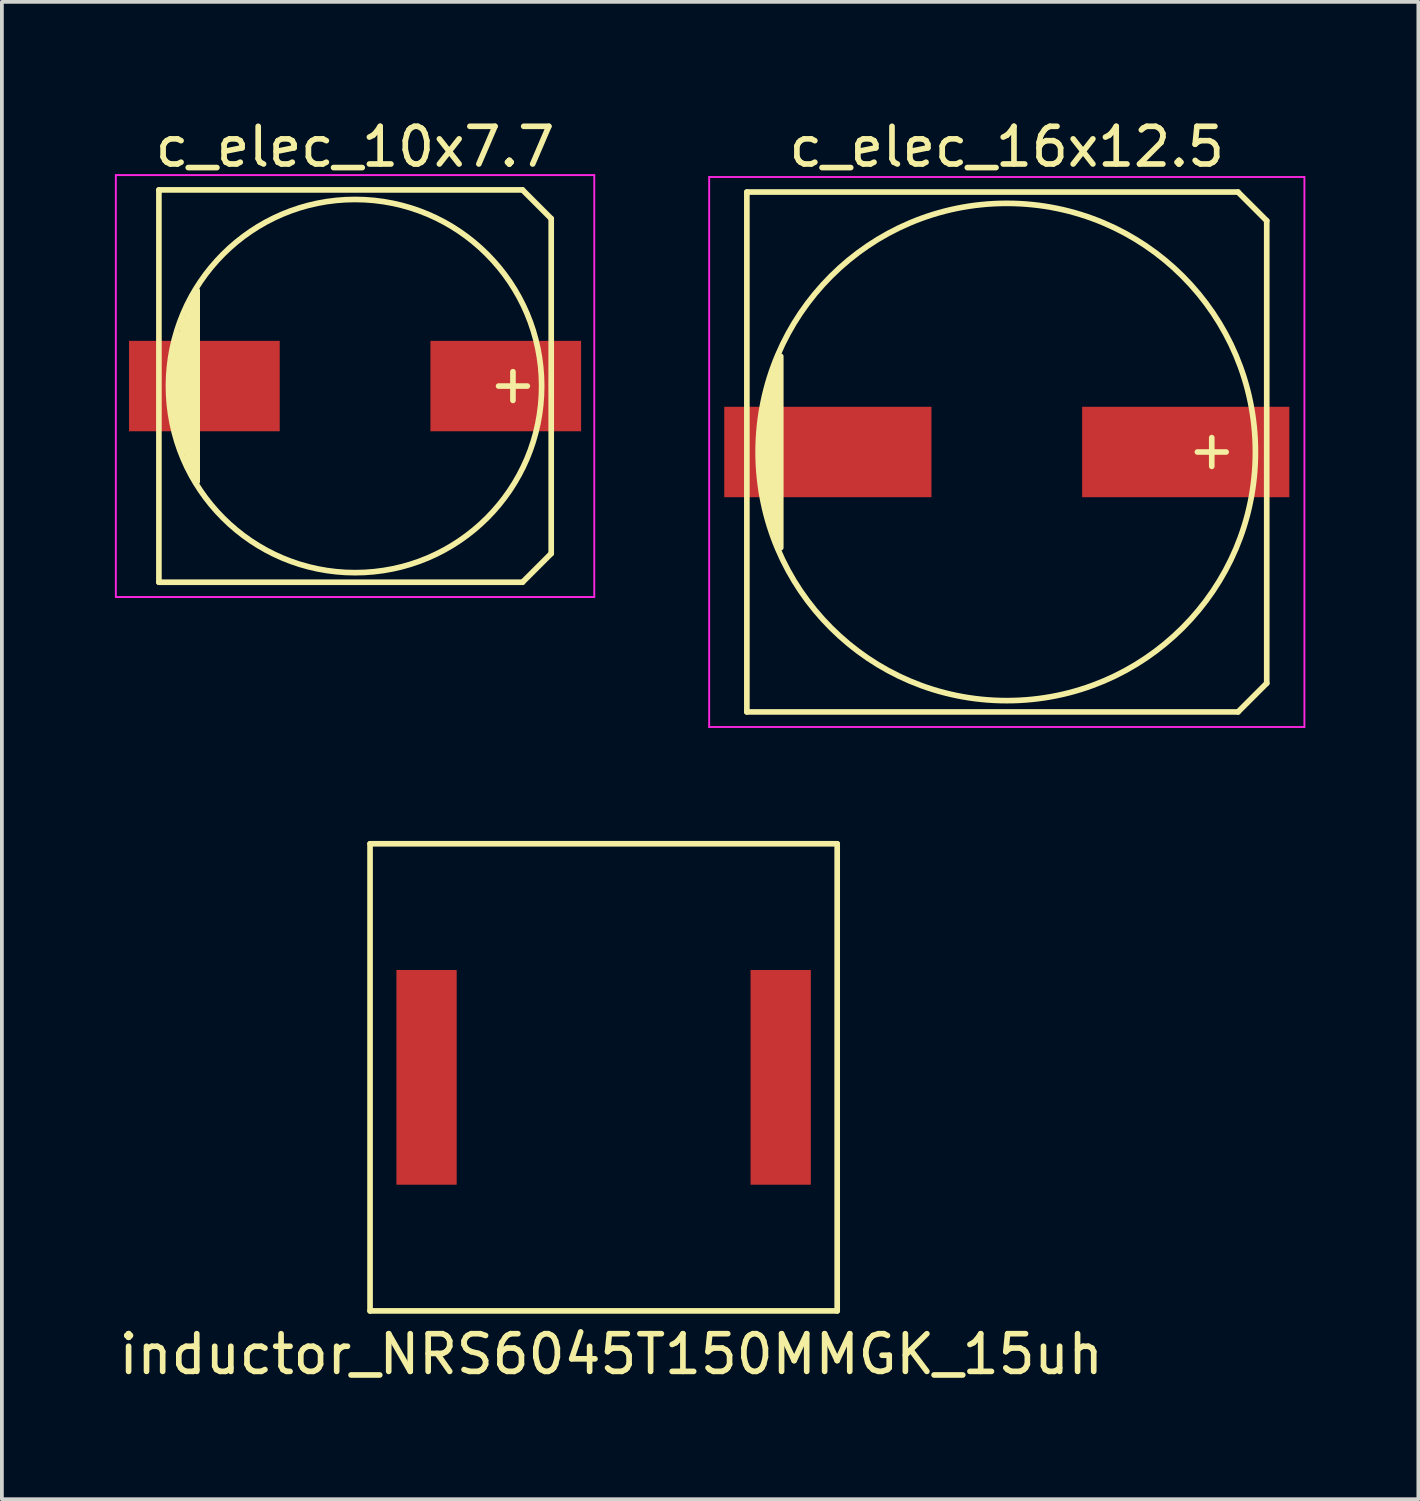
<source format=kicad_pcb>
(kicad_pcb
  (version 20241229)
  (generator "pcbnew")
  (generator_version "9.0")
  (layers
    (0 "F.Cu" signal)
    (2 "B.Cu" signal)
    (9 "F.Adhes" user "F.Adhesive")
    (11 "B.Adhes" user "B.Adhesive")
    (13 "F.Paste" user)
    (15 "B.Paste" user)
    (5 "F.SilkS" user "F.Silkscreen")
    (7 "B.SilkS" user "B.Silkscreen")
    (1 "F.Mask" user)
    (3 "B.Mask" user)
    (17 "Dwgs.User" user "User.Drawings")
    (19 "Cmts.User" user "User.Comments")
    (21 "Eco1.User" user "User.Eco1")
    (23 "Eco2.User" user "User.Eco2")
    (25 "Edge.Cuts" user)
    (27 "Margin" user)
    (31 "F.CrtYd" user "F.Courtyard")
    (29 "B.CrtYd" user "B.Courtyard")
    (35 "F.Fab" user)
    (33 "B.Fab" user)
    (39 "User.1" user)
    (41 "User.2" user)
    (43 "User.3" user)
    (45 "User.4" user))
  (footprint "c_elec_16x12.5"
    (layer "F.Cu")
    (at 23.675 8.948)
    (property "Reference" "c_elec_16x12.5" (at 0 -8.1 0) (layer "F.SilkS") (effects (font (size 1 1) (thickness 0.15))))
    (attr smd)
    (fp_line (start -6.9 -6.9) (end -6.9 6.9) (stroke (width 0.15) (type solid)) (layer "F.SilkS"))
    (fp_line (start -6.9 6.9) (end 6.138 6.9) (stroke (width 0.15) (type solid)) (layer "F.SilkS"))
    (fp_line (start -6.5 1.016) (end -6.5 -1.016) (stroke (width 0.15) (type solid)) (layer "F.SilkS"))
    (fp_line (start -6.4 -1.397) (end -6.4 1.524) (stroke (width 0.15) (type solid)) (layer "F.SilkS"))
    (fp_line (start -6.3 1.778) (end -6.3 -1.778) (stroke (width 0.15) (type solid)) (layer "F.SilkS"))
    (fp_line (start -6.2 -2.159) (end -6.2 2.159) (stroke (width 0.15) (type solid)) (layer "F.SilkS"))
    (fp_line (start -6.1 2.413) (end -6.1 -2.413) (stroke (width 0.15) (type solid)) (layer "F.SilkS"))
    (fp_line (start -6 -2.54) (end -6 2.54) (stroke (width 0.15) (type solid)) (layer "F.SilkS"))
    (fp_line (start 5.441 -0.381) (end 5.441 0.381) (stroke (width 0.15) (type solid)) (layer "F.SilkS"))
    (fp_line (start 5.822 0) (end 5.06 0) (stroke (width 0.15) (type solid)) (layer "F.SilkS"))
    (fp_line (start 6.138 -6.9) (end -6.9 -6.9) (stroke (width 0.15) (type solid)) (layer "F.SilkS"))
    (fp_line (start 6.138 6.9) (end 6.9 6.138) (stroke (width 0.15) (type solid)) (layer "F.SilkS"))
    (fp_line (start 6.9 -6.138) (end 6.138 -6.9) (stroke (width 0.15) (type solid)) (layer "F.SilkS"))
    (fp_line (start 6.9 6.138) (end 6.9 -6.138) (stroke (width 0.15) (type solid)) (layer "F.SilkS"))
    (fp_circle (center 0 0) (end 6.6 0) (stroke (width 0.15) (type solid)) (fill no) (layer "F.SilkS"))
    (fp_line (start -7.9 -7.3) (end 7.9 -7.3) (stroke (width 0.05) (type solid)) (layer "F.CrtYd"))
    (fp_line (start -7.9 7.3) (end -7.9 -7.3) (stroke (width 0.05) (type solid)) (layer "F.CrtYd"))
    (fp_line (start 7.9 -7.3) (end 7.9 7.3) (stroke (width 0.05) (type solid)) (layer "F.CrtYd"))
    (fp_line (start 7.9 7.3) (end -7.9 7.3) (stroke (width 0.05) (type solid)) (layer "F.CrtYd"))
    (pad "1" smd rect (at 4.75 0) (size 5.5 2.4) (layers "F.Cu" "F.Mask" "F.Paste"))
    (pad "2" smd rect (at -4.75 0) (size 5.5 2.4) (layers "F.Cu" "F.Mask" "F.Paste")))
  (footprint "inductor_NRS6045T150MMGK_15uh"
    (layer "F.Cu")
    (at 12.973 25.548)
    (property "Reference" "inductor_NRS6045T150MMGK_15uh" (at 0.2 7.35 0) (layer "F.SilkS") (effects (font (size 1 1) (thickness 0.15))))
    (attr through_hole)
    (fp_line (start -6.2 -6.2) (end 6.2 -6.2) (stroke (width 0.15) (type solid)) (layer "F.SilkS"))
    (fp_line (start -6.2 6.2) (end -6.2 -6.2) (stroke (width 0.15) (type solid)) (layer "F.SilkS"))
    (fp_line (start 6.2 -6.2) (end 6.2 6.2) (stroke (width 0.15) (type solid)) (layer "F.SilkS"))
    (fp_line (start 6.2 6.2) (end -6.2 6.2) (stroke (width 0.15) (type solid)) (layer "F.SilkS"))
    (pad "1" smd rect (at 4.7 0) (size 1.6 5.7) (layers "F.Cu" "F.Mask" "F.Paste"))
    (pad "2" smd rect (at -4.7 0) (size 1.6 5.7) (layers "F.Cu" "F.Mask" "F.Paste")))
  (footprint "c_elec_10x7.7"
    (layer "F.Cu")
    (at 6.375 7.198)
    (property "Reference" "c_elec_10x7.7" (at 0 -6.35 0) (layer "F.SilkS") (effects (font (size 1 1) (thickness 0.15))))
    (attr smd)
    (fp_line (start -5.207 -5.207) (end -5.207 5.207) (stroke (width 0.15) (type solid)) (layer "F.SilkS"))
    (fp_line (start -5.207 5.207) (end 4.445 5.207) (stroke (width 0.15) (type solid)) (layer "F.SilkS"))
    (fp_line (start -4.826 1.016) (end -4.826 -1.016) (stroke (width 0.15) (type solid)) (layer "F.SilkS"))
    (fp_line (start -4.699 -1.397) (end -4.699 1.524) (stroke (width 0.15) (type solid)) (layer "F.SilkS"))
    (fp_line (start -4.572 1.778) (end -4.572 -1.778) (stroke (width 0.15) (type solid)) (layer "F.SilkS"))
    (fp_line (start -4.445 -2.159) (end -4.445 2.159) (stroke (width 0.15) (type solid)) (layer "F.SilkS"))
    (fp_line (start -4.318 2.413) (end -4.318 -2.413) (stroke (width 0.15) (type solid)) (layer "F.SilkS"))
    (fp_line (start -4.191 -2.54) (end -4.191 2.54) (stroke (width 0.15) (type solid)) (layer "F.SilkS"))
    (fp_line (start 4.191 -0.381) (end 4.191 0.381) (stroke (width 0.15) (type solid)) (layer "F.SilkS"))
    (fp_line (start 4.445 -5.207) (end -5.207 -5.207) (stroke (width 0.15) (type solid)) (layer "F.SilkS"))
    (fp_line (start 4.445 5.207) (end 5.207 4.445) (stroke (width 0.15) (type solid)) (layer "F.SilkS"))
    (fp_line (start 4.572 0) (end 3.81 0) (stroke (width 0.15) (type solid)) (layer "F.SilkS"))
    (fp_line (start 5.207 -4.445) (end 4.445 -5.207) (stroke (width 0.15) (type solid)) (layer "F.SilkS"))
    (fp_line (start 5.207 4.445) (end 5.207 -4.445) (stroke (width 0.15) (type solid)) (layer "F.SilkS"))
    (fp_circle (center 0 0) (end 4.953 0) (stroke (width 0.15) (type solid)) (fill no) (layer "F.SilkS"))
    (fp_line (start -6.35 -5.6) (end 6.35 -5.6) (stroke (width 0.05) (type solid)) (layer "F.CrtYd"))
    (fp_line (start -6.35 5.6) (end -6.35 -5.6) (stroke (width 0.05) (type solid)) (layer "F.CrtYd"))
    (fp_line (start 6.35 -5.6) (end 6.35 5.6) (stroke (width 0.05) (type solid)) (layer "F.CrtYd"))
    (fp_line (start 6.35 5.6) (end -6.35 5.6) (stroke (width 0.05) (type solid)) (layer "F.CrtYd"))
    (pad "1" smd rect (at 4 0) (size 4 2.4) (layers "F.Cu" "F.Mask" "F.Paste"))
    (pad "2" smd rect (at -4 0) (size 4 2.4) (layers "F.Cu" "F.Mask" "F.Paste")))
  (gr_rect
    (start -3 -3)
    (end 34.6 36.746)
    (stroke (width 0.1) (type default))
    (fill no)
    (layer "Edge.Cuts")))
</source>
